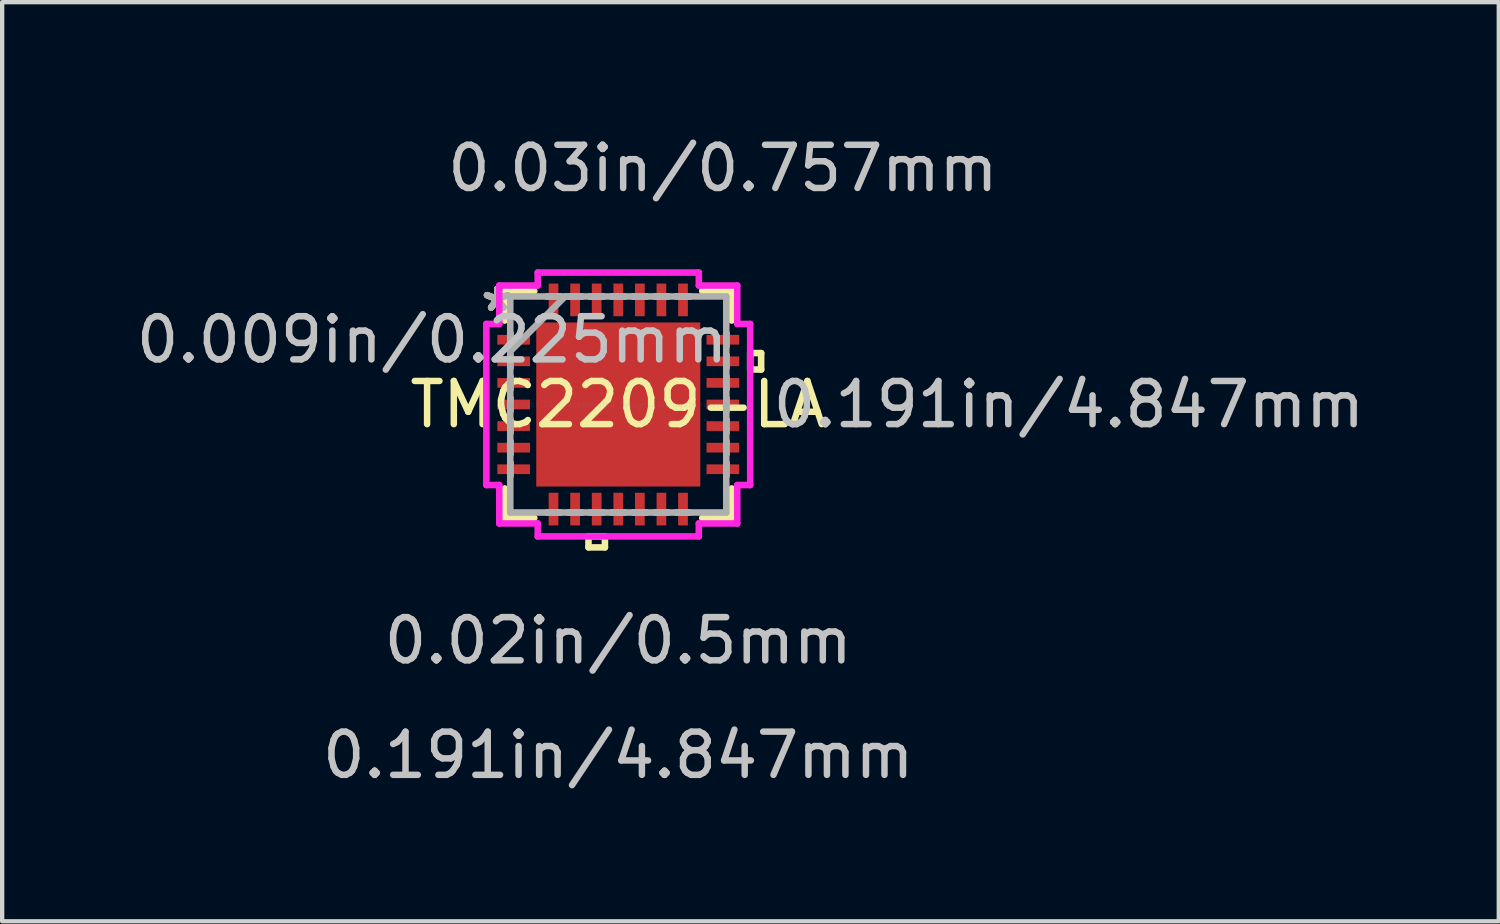
<source format=kicad_pcb>
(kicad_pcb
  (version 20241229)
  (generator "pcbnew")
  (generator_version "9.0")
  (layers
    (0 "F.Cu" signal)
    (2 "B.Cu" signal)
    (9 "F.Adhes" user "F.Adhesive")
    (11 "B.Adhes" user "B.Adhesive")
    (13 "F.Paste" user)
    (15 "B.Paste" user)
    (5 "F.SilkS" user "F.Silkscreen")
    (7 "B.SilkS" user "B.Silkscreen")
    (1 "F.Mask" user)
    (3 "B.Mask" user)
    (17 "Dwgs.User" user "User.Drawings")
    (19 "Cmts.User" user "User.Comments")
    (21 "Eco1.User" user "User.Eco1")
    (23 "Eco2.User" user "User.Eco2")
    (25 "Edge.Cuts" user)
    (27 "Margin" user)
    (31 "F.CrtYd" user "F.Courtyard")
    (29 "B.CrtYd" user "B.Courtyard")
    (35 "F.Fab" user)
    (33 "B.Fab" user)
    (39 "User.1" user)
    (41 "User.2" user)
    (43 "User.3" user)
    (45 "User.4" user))
  (footprint "TMC2209-LA"
    (layer "F.Cu")
    (at 11.272 6.32)
    (property "Reference" "TMC2209-LA" (at 0 0 0) (layer "F.SilkS") (effects (font (size 1 1) (thickness 0.15))))
    (attr through_hole)
    (fp_line (start -2.629 -2.629) (end -2.629 -1.945) (stroke (width 0.152) (type solid)) (layer "F.SilkS"))
    (fp_line (start -2.629 1.945) (end -2.629 2.629) (stroke (width 0.152) (type solid)) (layer "F.SilkS"))
    (fp_line (start -2.629 2.629) (end -1.945 2.629) (stroke (width 0.152) (type solid)) (layer "F.SilkS"))
    (fp_line (start -1.945 -2.629) (end -2.629 -2.629) (stroke (width 0.152) (type solid)) (layer "F.SilkS"))
    (fp_line (start -0.69 3.056) (end -0.69 3.31) (stroke (width 0.152) (type solid)) (layer "F.SilkS"))
    (fp_line (start -0.69 3.31) (end -0.309 3.31) (stroke (width 0.152) (type solid)) (layer "F.SilkS"))
    (fp_line (start -0.309 3.056) (end -0.69 3.056) (stroke (width 0.152) (type solid)) (layer "F.SilkS"))
    (fp_line (start -0.309 3.31) (end -0.309 3.056) (stroke (width 0.152) (type solid)) (layer "F.SilkS"))
    (fp_line (start 1.945 2.629) (end 2.629 2.629) (stroke (width 0.152) (type solid)) (layer "F.SilkS"))
    (fp_line (start 2.629 -2.629) (end 1.945 -2.629) (stroke (width 0.152) (type solid)) (layer "F.SilkS"))
    (fp_line (start 2.629 -1.945) (end 2.629 -2.629) (stroke (width 0.152) (type solid)) (layer "F.SilkS"))
    (fp_line (start 2.629 2.629) (end 2.629 1.945) (stroke (width 0.152) (type solid)) (layer "F.SilkS"))
    (fp_line (start 3.056 -1.191) (end 3.31 -1.191) (stroke (width 0.152) (type solid)) (layer "F.SilkS"))
    (fp_line (start 3.056 -0.81) (end 3.056 -1.191) (stroke (width 0.152) (type solid)) (layer "F.SilkS"))
    (fp_line (start 3.31 -1.191) (end 3.31 -0.81) (stroke (width 0.152) (type solid)) (layer "F.SilkS"))
    (fp_line (start 3.31 -0.81) (end 3.056 -0.81) (stroke (width 0.152) (type solid)) (layer "F.SilkS"))
    (fp_line (start -3.056 -1.866) (end -2.756 -1.866) (stroke (width 0.152) (type solid)) (layer "F.CrtYd"))
    (fp_line (start -3.056 1.866) (end -3.056 -1.866) (stroke (width 0.152) (type solid)) (layer "F.CrtYd"))
    (fp_line (start -2.756 -2.756) (end -1.866 -2.756) (stroke (width 0.152) (type solid)) (layer "F.CrtYd"))
    (fp_line (start -2.756 -1.866) (end -2.756 -2.756) (stroke (width 0.152) (type solid)) (layer "F.CrtYd"))
    (fp_line (start -2.756 1.866) (end -3.056 1.866) (stroke (width 0.152) (type solid)) (layer "F.CrtYd"))
    (fp_line (start -2.756 2.756) (end -2.756 1.866) (stroke (width 0.152) (type solid)) (layer "F.CrtYd"))
    (fp_line (start -1.866 -3.056) (end 1.866 -3.056) (stroke (width 0.152) (type solid)) (layer "F.CrtYd"))
    (fp_line (start -1.866 -2.756) (end -1.866 -3.056) (stroke (width 0.152) (type solid)) (layer "F.CrtYd"))
    (fp_line (start -1.866 2.756) (end -2.756 2.756) (stroke (width 0.152) (type solid)) (layer "F.CrtYd"))
    (fp_line (start -1.866 3.056) (end -1.866 2.756) (stroke (width 0.152) (type solid)) (layer "F.CrtYd"))
    (fp_line (start 1.866 -3.056) (end 1.866 -2.756) (stroke (width 0.152) (type solid)) (layer "F.CrtYd"))
    (fp_line (start 1.866 -2.756) (end 2.756 -2.756) (stroke (width 0.152) (type solid)) (layer "F.CrtYd"))
    (fp_line (start 1.866 2.756) (end 1.866 3.056) (stroke (width 0.152) (type solid)) (layer "F.CrtYd"))
    (fp_line (start 1.866 3.056) (end -1.866 3.056) (stroke (width 0.152) (type solid)) (layer "F.CrtYd"))
    (fp_line (start 2.756 -2.756) (end 2.756 -1.866) (stroke (width 0.152) (type solid)) (layer "F.CrtYd"))
    (fp_line (start 2.756 -1.866) (end 3.056 -1.866) (stroke (width 0.152) (type solid)) (layer "F.CrtYd"))
    (fp_line (start 2.756 1.866) (end 2.756 2.756) (stroke (width 0.152) (type solid)) (layer "F.CrtYd"))
    (fp_line (start 2.756 2.756) (end 1.866 2.756) (stroke (width 0.152) (type solid)) (layer "F.CrtYd"))
    (fp_line (start 3.056 -1.866) (end 3.056 1.866) (stroke (width 0.152) (type solid)) (layer "F.CrtYd"))
    (fp_line (start 3.056 1.866) (end 2.756 1.866) (stroke (width 0.152) (type solid)) (layer "F.CrtYd"))
    (fp_line (start -2.502 -2.502) (end -2.502 2.502) (stroke (width 0.152) (type solid)) (layer "F.Fab"))
    (fp_line (start -2.502 -1.652) (end -2.502 -1.652) (stroke (width 0.152) (type solid)) (layer "F.Fab"))
    (fp_line (start -2.502 -1.652) (end -2.502 -1.348) (stroke (width 0.152) (type solid)) (layer "F.Fab"))
    (fp_line (start -2.502 -1.348) (end -2.502 -1.652) (stroke (width 0.152) (type solid)) (layer "F.Fab"))
    (fp_line (start -2.502 -1.348) (end -2.502 -1.348) (stroke (width 0.152) (type solid)) (layer "F.Fab"))
    (fp_line (start -2.502 -1.232) (end -1.232 -2.502) (stroke (width 0.152) (type solid)) (layer "F.Fab"))
    (fp_line (start -2.502 -1.152) (end -2.502 -1.152) (stroke (width 0.152) (type solid)) (layer "F.Fab"))
    (fp_line (start -2.502 -1.152) (end -2.502 -0.848) (stroke (width 0.152) (type solid)) (layer "F.Fab"))
    (fp_line (start -2.502 -0.848) (end -2.502 -1.152) (stroke (width 0.152) (type solid)) (layer "F.Fab"))
    (fp_line (start -2.502 -0.848) (end -2.502 -0.848) (stroke (width 0.152) (type solid)) (layer "F.Fab"))
    (fp_line (start -2.502 -0.652) (end -2.502 -0.652) (stroke (width 0.152) (type solid)) (layer "F.Fab"))
    (fp_line (start -2.502 -0.652) (end -2.502 -0.348) (stroke (width 0.152) (type solid)) (layer "F.Fab"))
    (fp_line (start -2.502 -0.348) (end -2.502 -0.652) (stroke (width 0.152) (type solid)) (layer "F.Fab"))
    (fp_line (start -2.502 -0.348) (end -2.502 -0.348) (stroke (width 0.152) (type solid)) (layer "F.Fab"))
    (fp_line (start -2.502 -0.152) (end -2.502 -0.152) (stroke (width 0.152) (type solid)) (layer "F.Fab"))
    (fp_line (start -2.502 -0.152) (end -2.502 0.152) (stroke (width 0.152) (type solid)) (layer "F.Fab"))
    (fp_line (start -2.502 0.152) (end -2.502 -0.152) (stroke (width 0.152) (type solid)) (layer "F.Fab"))
    (fp_line (start -2.502 0.152) (end -2.502 0.152) (stroke (width 0.152) (type solid)) (layer "F.Fab"))
    (fp_line (start -2.502 0.348) (end -2.502 0.348) (stroke (width 0.152) (type solid)) (layer "F.Fab"))
    (fp_line (start -2.502 0.348) (end -2.502 0.652) (stroke (width 0.152) (type solid)) (layer "F.Fab"))
    (fp_line (start -2.502 0.652) (end -2.502 0.348) (stroke (width 0.152) (type solid)) (layer "F.Fab"))
    (fp_line (start -2.502 0.652) (end -2.502 0.652) (stroke (width 0.152) (type solid)) (layer "F.Fab"))
    (fp_line (start -2.502 0.848) (end -2.502 0.848) (stroke (width 0.152) (type solid)) (layer "F.Fab"))
    (fp_line (start -2.502 0.848) (end -2.502 1.152) (stroke (width 0.152) (type solid)) (layer "F.Fab"))
    (fp_line (start -2.502 1.152) (end -2.502 0.848) (stroke (width 0.152) (type solid)) (layer "F.Fab"))
    (fp_line (start -2.502 1.152) (end -2.502 1.152) (stroke (width 0.152) (type solid)) (layer "F.Fab"))
    (fp_line (start -2.502 1.348) (end -2.502 1.348) (stroke (width 0.152) (type solid)) (layer "F.Fab"))
    (fp_line (start -2.502 1.348) (end -2.502 1.652) (stroke (width 0.152) (type solid)) (layer "F.Fab"))
    (fp_line (start -2.502 1.652) (end -2.502 1.348) (stroke (width 0.152) (type solid)) (layer "F.Fab"))
    (fp_line (start -2.502 1.652) (end -2.502 1.652) (stroke (width 0.152) (type solid)) (layer "F.Fab"))
    (fp_line (start -2.502 2.502) (end 2.502 2.502) (stroke (width 0.152) (type solid)) (layer "F.Fab"))
    (fp_line (start -1.652 -2.502) (end -1.652 -2.502) (stroke (width 0.152) (type solid)) (layer "F.Fab"))
    (fp_line (start -1.652 -2.502) (end -1.348 -2.502) (stroke (width 0.152) (type solid)) (layer "F.Fab"))
    (fp_line (start -1.652 2.502) (end -1.652 2.502) (stroke (width 0.152) (type solid)) (layer "F.Fab"))
    (fp_line (start -1.652 2.502) (end -1.348 2.502) (stroke (width 0.152) (type solid)) (layer "F.Fab"))
    (fp_line (start -1.348 -2.502) (end -1.652 -2.502) (stroke (width 0.152) (type solid)) (layer "F.Fab"))
    (fp_line (start -1.348 -2.502) (end -1.348 -2.502) (stroke (width 0.152) (type solid)) (layer "F.Fab"))
    (fp_line (start -1.348 2.502) (end -1.652 2.502) (stroke (width 0.152) (type solid)) (layer "F.Fab"))
    (fp_line (start -1.348 2.502) (end -1.348 2.502) (stroke (width 0.152) (type solid)) (layer "F.Fab"))
    (fp_line (start -1.152 -2.502) (end -1.152 -2.502) (stroke (width 0.152) (type solid)) (layer "F.Fab"))
    (fp_line (start -1.152 -2.502) (end -0.848 -2.502) (stroke (width 0.152) (type solid)) (layer "F.Fab"))
    (fp_line (start -1.152 2.502) (end -1.152 2.502) (stroke (width 0.152) (type solid)) (layer "F.Fab"))
    (fp_line (start -1.152 2.502) (end -0.848 2.502) (stroke (width 0.152) (type solid)) (layer "F.Fab"))
    (fp_line (start -0.848 -2.502) (end -1.152 -2.502) (stroke (width 0.152) (type solid)) (layer "F.Fab"))
    (fp_line (start -0.848 -2.502) (end -0.848 -2.502) (stroke (width 0.152) (type solid)) (layer "F.Fab"))
    (fp_line (start -0.848 2.502) (end -1.152 2.502) (stroke (width 0.152) (type solid)) (layer "F.Fab"))
    (fp_line (start -0.848 2.502) (end -0.848 2.502) (stroke (width 0.152) (type solid)) (layer "F.Fab"))
    (fp_line (start -0.652 -2.502) (end -0.652 -2.502) (stroke (width 0.152) (type solid)) (layer "F.Fab"))
    (fp_line (start -0.652 -2.502) (end -0.348 -2.502) (stroke (width 0.152) (type solid)) (layer "F.Fab"))
    (fp_line (start -0.652 2.502) (end -0.652 2.502) (stroke (width 0.152) (type solid)) (layer "F.Fab"))
    (fp_line (start -0.652 2.502) (end -0.348 2.502) (stroke (width 0.152) (type solid)) (layer "F.Fab"))
    (fp_line (start -0.348 -2.502) (end -0.652 -2.502) (stroke (width 0.152) (type solid)) (layer "F.Fab"))
    (fp_line (start -0.348 -2.502) (end -0.348 -2.502) (stroke (width 0.152) (type solid)) (layer "F.Fab"))
    (fp_line (start -0.348 2.502) (end -0.652 2.502) (stroke (width 0.152) (type solid)) (layer "F.Fab"))
    (fp_line (start -0.348 2.502) (end -0.348 2.502) (stroke (width 0.152) (type solid)) (layer "F.Fab"))
    (fp_line (start -0.152 -2.502) (end -0.152 -2.502) (stroke (width 0.152) (type solid)) (layer "F.Fab"))
    (fp_line (start -0.152 -2.502) (end 0.152 -2.502) (stroke (width 0.152) (type solid)) (layer "F.Fab"))
    (fp_line (start -0.152 2.502) (end -0.152 2.502) (stroke (width 0.152) (type solid)) (layer "F.Fab"))
    (fp_line (start -0.152 2.502) (end 0.152 2.502) (stroke (width 0.152) (type solid)) (layer "F.Fab"))
    (fp_line (start 0.152 -2.502) (end -0.152 -2.502) (stroke (width 0.152) (type solid)) (layer "F.Fab"))
    (fp_line (start 0.152 -2.502) (end 0.152 -2.502) (stroke (width 0.152) (type solid)) (layer "F.Fab"))
    (fp_line (start 0.152 2.502) (end -0.152 2.502) (stroke (width 0.152) (type solid)) (layer "F.Fab"))
    (fp_line (start 0.152 2.502) (end 0.152 2.502) (stroke (width 0.152) (type solid)) (layer "F.Fab"))
    (fp_line (start 0.348 -2.502) (end 0.348 -2.502) (stroke (width 0.152) (type solid)) (layer "F.Fab"))
    (fp_line (start 0.348 -2.502) (end 0.652 -2.502) (stroke (width 0.152) (type solid)) (layer "F.Fab"))
    (fp_line (start 0.348 2.502) (end 0.348 2.502) (stroke (width 0.152) (type solid)) (layer "F.Fab"))
    (fp_line (start 0.348 2.502) (end 0.652 2.502) (stroke (width 0.152) (type solid)) (layer "F.Fab"))
    (fp_line (start 0.652 -2.502) (end 0.348 -2.502) (stroke (width 0.152) (type solid)) (layer "F.Fab"))
    (fp_line (start 0.652 -2.502) (end 0.652 -2.502) (stroke (width 0.152) (type solid)) (layer "F.Fab"))
    (fp_line (start 0.652 2.502) (end 0.348 2.502) (stroke (width 0.152) (type solid)) (layer "F.Fab"))
    (fp_line (start 0.652 2.502) (end 0.652 2.502) (stroke (width 0.152) (type solid)) (layer "F.Fab"))
    (fp_line (start 0.848 -2.502) (end 0.848 -2.502) (stroke (width 0.152) (type solid)) (layer "F.Fab"))
    (fp_line (start 0.848 -2.502) (end 1.152 -2.502) (stroke (width 0.152) (type solid)) (layer "F.Fab"))
    (fp_line (start 0.848 2.502) (end 0.848 2.502) (stroke (width 0.152) (type solid)) (layer "F.Fab"))
    (fp_line (start 0.848 2.502) (end 1.152 2.502) (stroke (width 0.152) (type solid)) (layer "F.Fab"))
    (fp_line (start 1.152 -2.502) (end 0.848 -2.502) (stroke (width 0.152) (type solid)) (layer "F.Fab"))
    (fp_line (start 1.152 -2.502) (end 1.152 -2.502) (stroke (width 0.152) (type solid)) (layer "F.Fab"))
    (fp_line (start 1.152 2.502) (end 0.848 2.502) (stroke (width 0.152) (type solid)) (layer "F.Fab"))
    (fp_line (start 1.152 2.502) (end 1.152 2.502) (stroke (width 0.152) (type solid)) (layer "F.Fab"))
    (fp_line (start 1.348 -2.502) (end 1.348 -2.502) (stroke (width 0.152) (type solid)) (layer "F.Fab"))
    (fp_line (start 1.348 -2.502) (end 1.652 -2.502) (stroke (width 0.152) (type solid)) (layer "F.Fab"))
    (fp_line (start 1.348 2.502) (end 1.348 2.502) (stroke (width 0.152) (type solid)) (layer "F.Fab"))
    (fp_line (start 1.348 2.502) (end 1.652 2.502) (stroke (width 0.152) (type solid)) (layer "F.Fab"))
    (fp_line (start 1.652 -2.502) (end 1.348 -2.502) (stroke (width 0.152) (type solid)) (layer "F.Fab"))
    (fp_line (start 1.652 -2.502) (end 1.652 -2.502) (stroke (width 0.152) (type solid)) (layer "F.Fab"))
    (fp_line (start 1.652 2.502) (end 1.348 2.502) (stroke (width 0.152) (type solid)) (layer "F.Fab"))
    (fp_line (start 1.652 2.502) (end 1.652 2.502) (stroke (width 0.152) (type solid)) (layer "F.Fab"))
    (fp_line (start 2.502 -2.502) (end -2.502 -2.502) (stroke (width 0.152) (type solid)) (layer "F.Fab"))
    (fp_line (start 2.502 -1.652) (end 2.502 -1.652) (stroke (width 0.152) (type solid)) (layer "F.Fab"))
    (fp_line (start 2.502 -1.652) (end 2.502 -1.348) (stroke (width 0.152) (type solid)) (layer "F.Fab"))
    (fp_line (start 2.502 -1.348) (end 2.502 -1.652) (stroke (width 0.152) (type solid)) (layer "F.Fab"))
    (fp_line (start 2.502 -1.348) (end 2.502 -1.348) (stroke (width 0.152) (type solid)) (layer "F.Fab"))
    (fp_line (start 2.502 -1.152) (end 2.502 -1.152) (stroke (width 0.152) (type solid)) (layer "F.Fab"))
    (fp_line (start 2.502 -1.152) (end 2.502 -0.848) (stroke (width 0.152) (type solid)) (layer "F.Fab"))
    (fp_line (start 2.502 -0.848) (end 2.502 -1.152) (stroke (width 0.152) (type solid)) (layer "F.Fab"))
    (fp_line (start 2.502 -0.848) (end 2.502 -0.848) (stroke (width 0.152) (type solid)) (layer "F.Fab"))
    (fp_line (start 2.502 -0.652) (end 2.502 -0.652) (stroke (width 0.152) (type solid)) (layer "F.Fab"))
    (fp_line (start 2.502 -0.652) (end 2.502 -0.348) (stroke (width 0.152) (type solid)) (layer "F.Fab"))
    (fp_line (start 2.502 -0.348) (end 2.502 -0.652) (stroke (width 0.152) (type solid)) (layer "F.Fab"))
    (fp_line (start 2.502 -0.348) (end 2.502 -0.348) (stroke (width 0.152) (type solid)) (layer "F.Fab"))
    (fp_line (start 2.502 -0.152) (end 2.502 -0.152) (stroke (width 0.152) (type solid)) (layer "F.Fab"))
    (fp_line (start 2.502 -0.152) (end 2.502 0.152) (stroke (width 0.152) (type solid)) (layer "F.Fab"))
    (fp_line (start 2.502 0.152) (end 2.502 -0.152) (stroke (width 0.152) (type solid)) (layer "F.Fab"))
    (fp_line (start 2.502 0.152) (end 2.502 0.152) (stroke (width 0.152) (type solid)) (layer "F.Fab"))
    (fp_line (start 2.502 0.348) (end 2.502 0.348) (stroke (width 0.152) (type solid)) (layer "F.Fab"))
    (fp_line (start 2.502 0.348) (end 2.502 0.652) (stroke (width 0.152) (type solid)) (layer "F.Fab"))
    (fp_line (start 2.502 0.652) (end 2.502 0.348) (stroke (width 0.152) (type solid)) (layer "F.Fab"))
    (fp_line (start 2.502 0.652) (end 2.502 0.652) (stroke (width 0.152) (type solid)) (layer "F.Fab"))
    (fp_line (start 2.502 0.848) (end 2.502 0.848) (stroke (width 0.152) (type solid)) (layer "F.Fab"))
    (fp_line (start 2.502 0.848) (end 2.502 1.152) (stroke (width 0.152) (type solid)) (layer "F.Fab"))
    (fp_line (start 2.502 1.152) (end 2.502 0.848) (stroke (width 0.152) (type solid)) (layer "F.Fab"))
    (fp_line (start 2.502 1.152) (end 2.502 1.152) (stroke (width 0.152) (type solid)) (layer "F.Fab"))
    (fp_line (start 2.502 1.348) (end 2.502 1.348) (stroke (width 0.152) (type solid)) (layer "F.Fab"))
    (fp_line (start 2.502 1.348) (end 2.502 1.652) (stroke (width 0.152) (type solid)) (layer "F.Fab"))
    (fp_line (start 2.502 1.652) (end 2.502 1.348) (stroke (width 0.152) (type solid)) (layer "F.Fab"))
    (fp_line (start 2.502 1.652) (end 2.502 1.652) (stroke (width 0.152) (type solid)) (layer "F.Fab"))
    (fp_line (start 2.502 2.502) (end 2.502 -2.502) (stroke (width 0.152) (type solid)) (layer "F.Fab"))
    (fp_text user "*" (at -2.802 -2.131 0) (layer "F.SilkS") (effects (font (size 1 1) (thickness 0.15))))
    (fp_text user "*" (at -2.802 -2.131 0) (layer "F.SilkS") (effects (font (size 1 1) (thickness 0.15))))
    (fp_text user "0.02in/0.5mm" (at 0 5.471 0) (layer "Dwgs.User") (effects (font (size 1 1) (thickness 0.15))))
    (fp_text user "0.191in/4.847mm" (at 10.439 0 0) (layer "Dwgs.User") (effects (font (size 1 1) (thickness 0.15))))
    (fp_text user "0.191in/4.847mm" (at 0 8.124 0) (layer "Dwgs.User") (effects (font (size 1 1) (thickness 0.15))))
    (fp_text user "0.009in/0.225mm" (at -4.314 -1.5 0) (layer "Dwgs.User") (effects (font (size 1 1) (thickness 0.15))))
    (fp_text user "0.03in/0.757mm" (at 2.423 -5.471 0) (layer "Dwgs.User") (effects (font (size 1 1) (thickness 0.15))))
    (fp_text user "Copyright 2016 Accelerated Designs. All rights reserved." (at 0 0 0) (layer "Cmts.User") (effects (font (size 0.127 0.127) (thickness 0.002))))
    (fp_text user "*" (at -2.802 -2.131 0) (layer "F.Fab") (effects (font (size 1 1) (thickness 0.15))))
    (fp_text user "*" (at -2.802 -2.131 0) (layer "F.Fab") (effects (font (size 1 1) (thickness 0.15))))
    (pad "1" smd rect (at -2.423 -1.5 90) (size 0.225 0.757) (layers "F.Cu" "F.Mask" "F.Paste"))
    (pad "2" smd rect (at -2.423 -1 90) (size 0.225 0.757) (layers "F.Cu" "F.Mask" "F.Paste"))
    (pad "3" smd rect (at -2.423 -0.5 90) (size 0.225 0.757) (layers "F.Cu" "F.Mask" "F.Paste"))
    (pad "4" smd rect (at -2.423 0 90) (size 0.225 0.757) (layers "F.Cu" "F.Mask" "F.Paste"))
    (pad "5" smd rect (at -2.423 0.5 90) (size 0.225 0.757) (layers "F.Cu" "F.Mask" "F.Paste"))
    (pad "6" smd rect (at -2.423 1 90) (size 0.225 0.757) (layers "F.Cu" "F.Mask" "F.Paste"))
    (pad "7" smd rect (at -2.423 1.5 90) (size 0.225 0.757) (layers "F.Cu" "F.Mask" "F.Paste"))
    (pad "8" smd rect (at -1.5 2.423) (size 0.225 0.757) (layers "F.Cu" "F.Mask" "F.Paste"))
    (pad "9" smd rect (at -1 2.423) (size 0.225 0.757) (layers "F.Cu" "F.Mask" "F.Paste"))
    (pad "10" smd rect (at -0.5 2.423) (size 0.225 0.757) (layers "F.Cu" "F.Mask" "F.Paste"))
    (pad "11" smd rect (at 0 2.423) (size 0.225 0.757) (layers "F.Cu" "F.Mask" "F.Paste"))
    (pad "12" smd rect (at 0.5 2.423) (size 0.225 0.757) (layers "F.Cu" "F.Mask" "F.Paste"))
    (pad "13" smd rect (at 1 2.423) (size 0.225 0.757) (layers "F.Cu" "F.Mask" "F.Paste"))
    (pad "14" smd rect (at 1.5 2.423) (size 0.225 0.757) (layers "F.Cu" "F.Mask" "F.Paste"))
    (pad "15" smd rect (at 2.423 1.5 90) (size 0.225 0.757) (layers "F.Cu" "F.Mask" "F.Paste"))
    (pad "16" smd rect (at 2.423 1 90) (size 0.225 0.757) (layers "F.Cu" "F.Mask" "F.Paste"))
    (pad "17" smd rect (at 2.423 0.5 90) (size 0.225 0.757) (layers "F.Cu" "F.Mask" "F.Paste"))
    (pad "18" smd rect (at 2.423 0 90) (size 0.225 0.757) (layers "F.Cu" "F.Mask" "F.Paste"))
    (pad "19" smd rect (at 2.423 -0.5 90) (size 0.225 0.757) (layers "F.Cu" "F.Mask" "F.Paste"))
    (pad "20" smd rect (at 2.423 -1 90) (size 0.225 0.757) (layers "F.Cu" "F.Mask" "F.Paste"))
    (pad "21" smd rect (at 2.423 -1.5 90) (size 0.225 0.757) (layers "F.Cu" "F.Mask" "F.Paste"))
    (pad "22" smd rect (at 1.5 -2.423) (size 0.225 0.757) (layers "F.Cu" "F.Mask" "F.Paste"))
    (pad "23" smd rect (at 1 -2.423) (size 0.225 0.757) (layers "F.Cu" "F.Mask" "F.Paste"))
    (pad "24" smd rect (at 0.5 -2.423) (size 0.225 0.757) (layers "F.Cu" "F.Mask" "F.Paste"))
    (pad "25" smd rect (at 0 -2.423) (size 0.225 0.757) (layers "F.Cu" "F.Mask" "F.Paste"))
    (pad "26" smd rect (at -0.5 -2.423) (size 0.225 0.757) (layers "F.Cu" "F.Mask" "F.Paste"))
    (pad "27" smd rect (at -1 -2.423) (size 0.225 0.757) (layers "F.Cu" "F.Mask" "F.Paste"))
    (pad "28" smd rect (at -1.5 -2.423) (size 0.225 0.757) (layers "F.Cu" "F.Mask" "F.Paste"))
    (pad "29" smd rect (at 0 0) (size 3.8 3.8) (layers "F.Cu" "F.Mask" "F.Paste")))
  (gr_rect
    (start -3 -3)
    (end 31.669 18.291)
    (stroke (width 0.1) (type default))
    (fill no)
    (layer "Edge.Cuts")))
</source>
